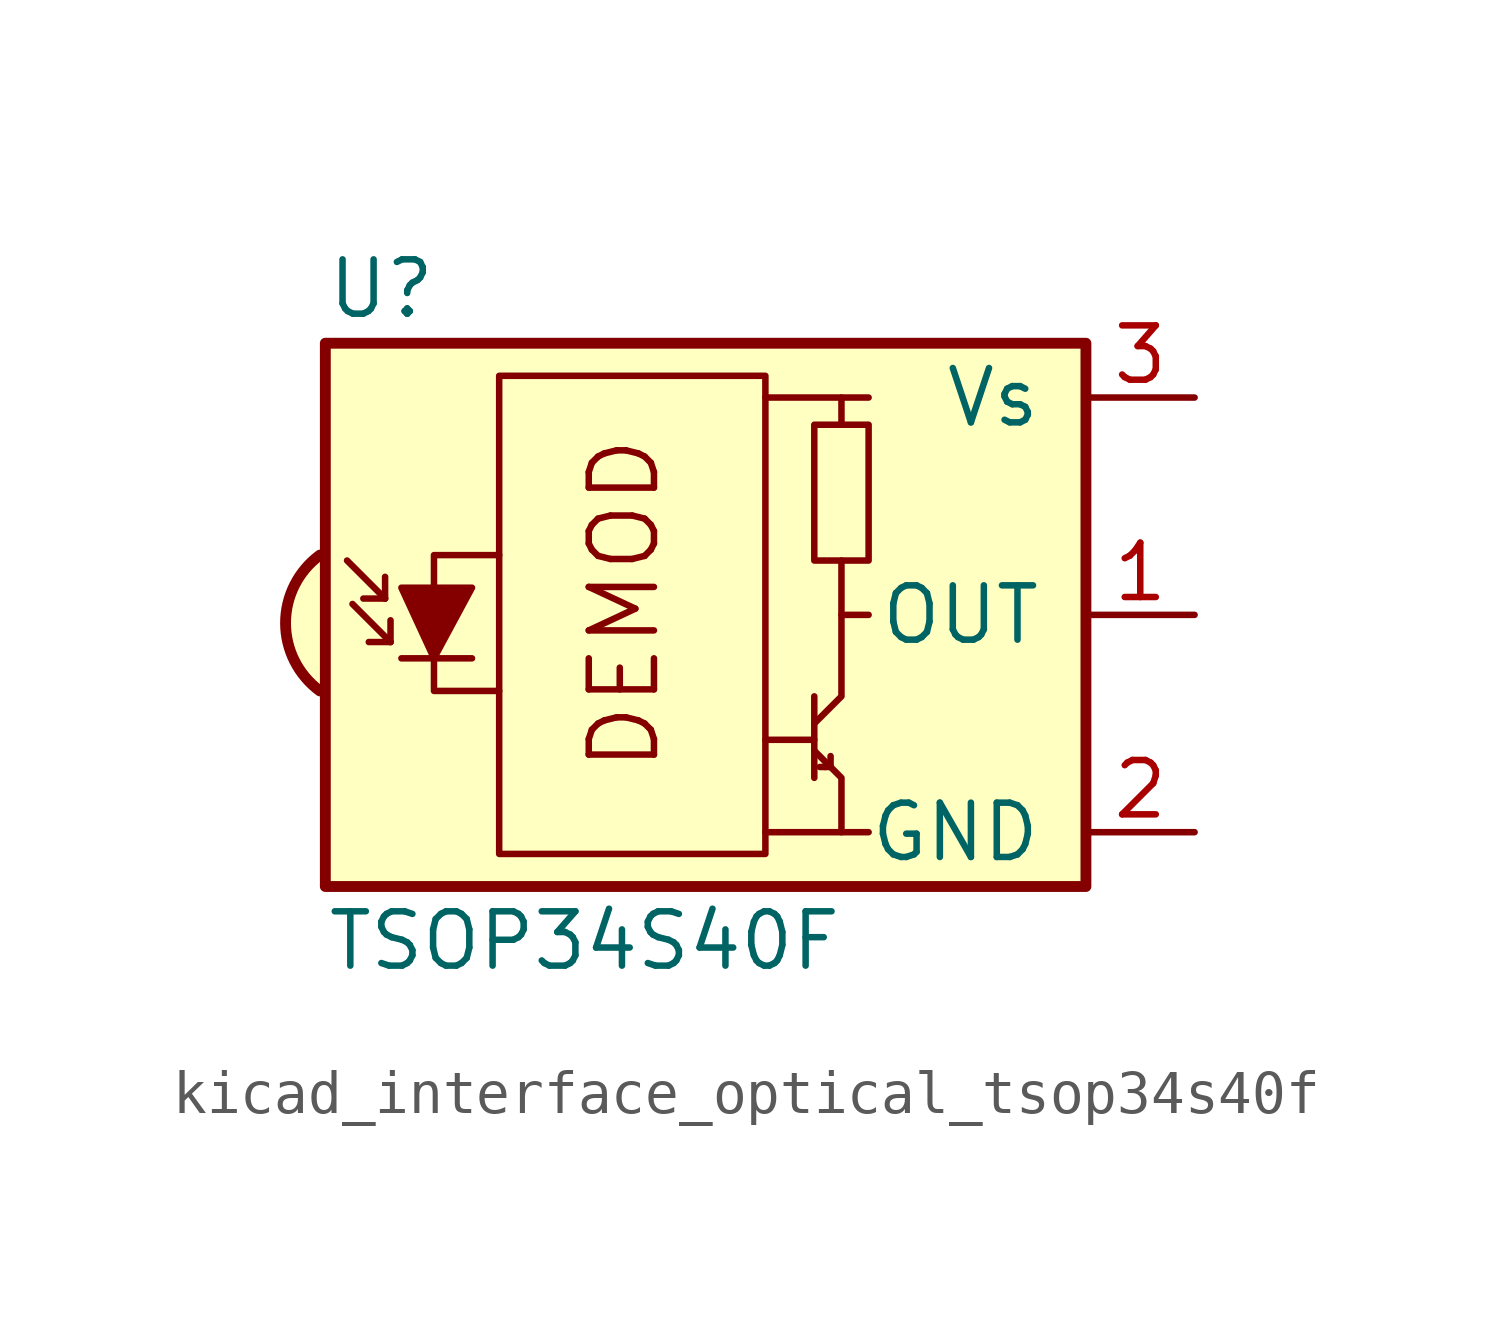
<source format=kicad_sym>
(kicad_symbol_lib
  (version 20220914)
  (generator kicad_symbol_editor)
  (symbol "kicad_interface_optical_tsop34s40f"
    (pin_names
      (offset 1.016))
    (property "Reference" "U"
      (at -10.16 7.62 0)
      (effects (font (size 1.27 1.27)) (justify left)))
    (property "Value" "TSOP34S40F"
      (at -10.16 -7.62 0)
      (effects (font (size 1.27 1.27)) (justify left)))
    (symbol "kicad_interface_optical_tsop34s40f_0_0"
      (arc (start -10.287 1.397) (mid -11.0899 -0.1852) (end -10.287 -1.778) (stroke (width 0.254) (type default)) (fill (type background)))
      (polyline (pts (xy 1.905 -5.08) (xy 0.127 -5.08)) (stroke (width 0) (type default)) (fill (type none)))
      (polyline (pts (xy 1.905 5.08) (xy 0.127 5.08)) (stroke (width 0) (type default)) (fill (type none)))
      (text "DEMOD" (at -3.175 0.254 900) (effects (font (size 1.524 1.524)))))
    (symbol "kicad_interface_optical_tsop34s40f_0_1"
      (rectangle (start -6.096 5.588) (end 0.127 -5.588) (stroke (width 0) (type default)) (fill (type none)))
      (polyline (pts (xy -8.763 0.381) (xy -9.652 1.27)) (stroke (width 0) (type default)) (fill (type none)))
      (polyline (pts (xy -8.763 0.381) (xy -9.271 0.381)) (stroke (width 0) (type default)) (fill (type none)))
      (polyline (pts (xy -8.763 0.381) (xy -8.763 0.889)) (stroke (width 0) (type default)) (fill (type none)))
      (polyline (pts (xy -8.636 -0.635) (xy -9.525 0.254)) (stroke (width 0) (type default)) (fill (type none)))
      (polyline (pts (xy -8.636 -0.635) (xy -9.144 -0.635)) (stroke (width 0) (type default)) (fill (type none)))
      (polyline (pts (xy -8.636 -0.635) (xy -8.636 -0.127)) (stroke (width 0) (type default)) (fill (type none)))
      (polyline (pts (xy -8.382 -1.016) (xy -6.731 -1.016)) (stroke (width 0) (type default)) (fill (type none)))
      (polyline (pts (xy 1.27 -2.921) (xy 0.127 -2.921)) (stroke (width 0) (type default)) (fill (type none)))
      (polyline (pts (xy 1.27 -1.905) (xy 1.27 -3.81)) (stroke (width 0) (type default)) (fill (type none)))
      (polyline (pts (xy 1.397 -3.556) (xy 1.524 -3.556)) (stroke (width 0) (type default)) (fill (type none)))
      (polyline (pts (xy 1.651 -3.556) (xy 1.524 -3.556)) (stroke (width 0) (type default)) (fill (type none)))
      (polyline (pts (xy 1.651 -3.556) (xy 1.651 -3.302)) (stroke (width 0) (type default)) (fill (type none)))
      (polyline (pts (xy 1.905 0) (xy 1.905 1.27)) (stroke (width 0) (type default)) (fill (type none)))
      (polyline (pts (xy 1.905 4.445) (xy 1.905 5.08) (xy 2.54 5.08)) (stroke (width 0) (type default)) (fill (type none)))
      (polyline (pts (xy -8.382 0.635) (xy -6.731 0.635) (xy -7.62 -1.016) (xy -8.382 0.635)) (stroke (width 0) (type default)) (fill (type outline)))
      (polyline (pts (xy -6.096 1.397) (xy -7.62 1.397) (xy -7.62 -1.778) (xy -6.096 -1.778)) (stroke (width 0) (type default)) (fill (type none)))
      (polyline (pts (xy 1.27 -3.175) (xy 1.905 -3.81) (xy 1.905 -5.08) (xy 2.54 -5.08)) (stroke (width 0) (type default)) (fill (type none)))
      (polyline (pts (xy 1.27 -2.54) (xy 1.905 -1.905) (xy 1.905 0) (xy 2.54 0)) (stroke (width 0) (type default)) (fill (type none)))
      (rectangle (start 2.54 1.27) (end 1.27 4.445) (stroke (width 0) (type default)) (fill (type none)))
      (rectangle (start 7.62 6.35) (end -10.16 -6.35) (stroke (width 0.254) (type default)) (fill (type background))))
    (symbol "kicad_interface_optical_tsop34s40f_1_1"
      (pin output line (at 10.16 0 180) (length 2.54) (name "OUT" (effects (font (size 1.27 1.27)))) (number "1" (effects (font (size 1.27 1.27)))))
      (pin power_in line (at 10.16 -5.08 180) (length 2.54) (name "GND" (effects (font (size 1.27 1.27)))) (number "2" (effects (font (size 1.27 1.27)))))
      (pin power_in line (at 10.16 5.08 180) (length 2.54) (name "Vs" (effects (font (size 1.27 1.27)))) (number "3" (effects (font (size 1.27 1.27))))))))
</source>
